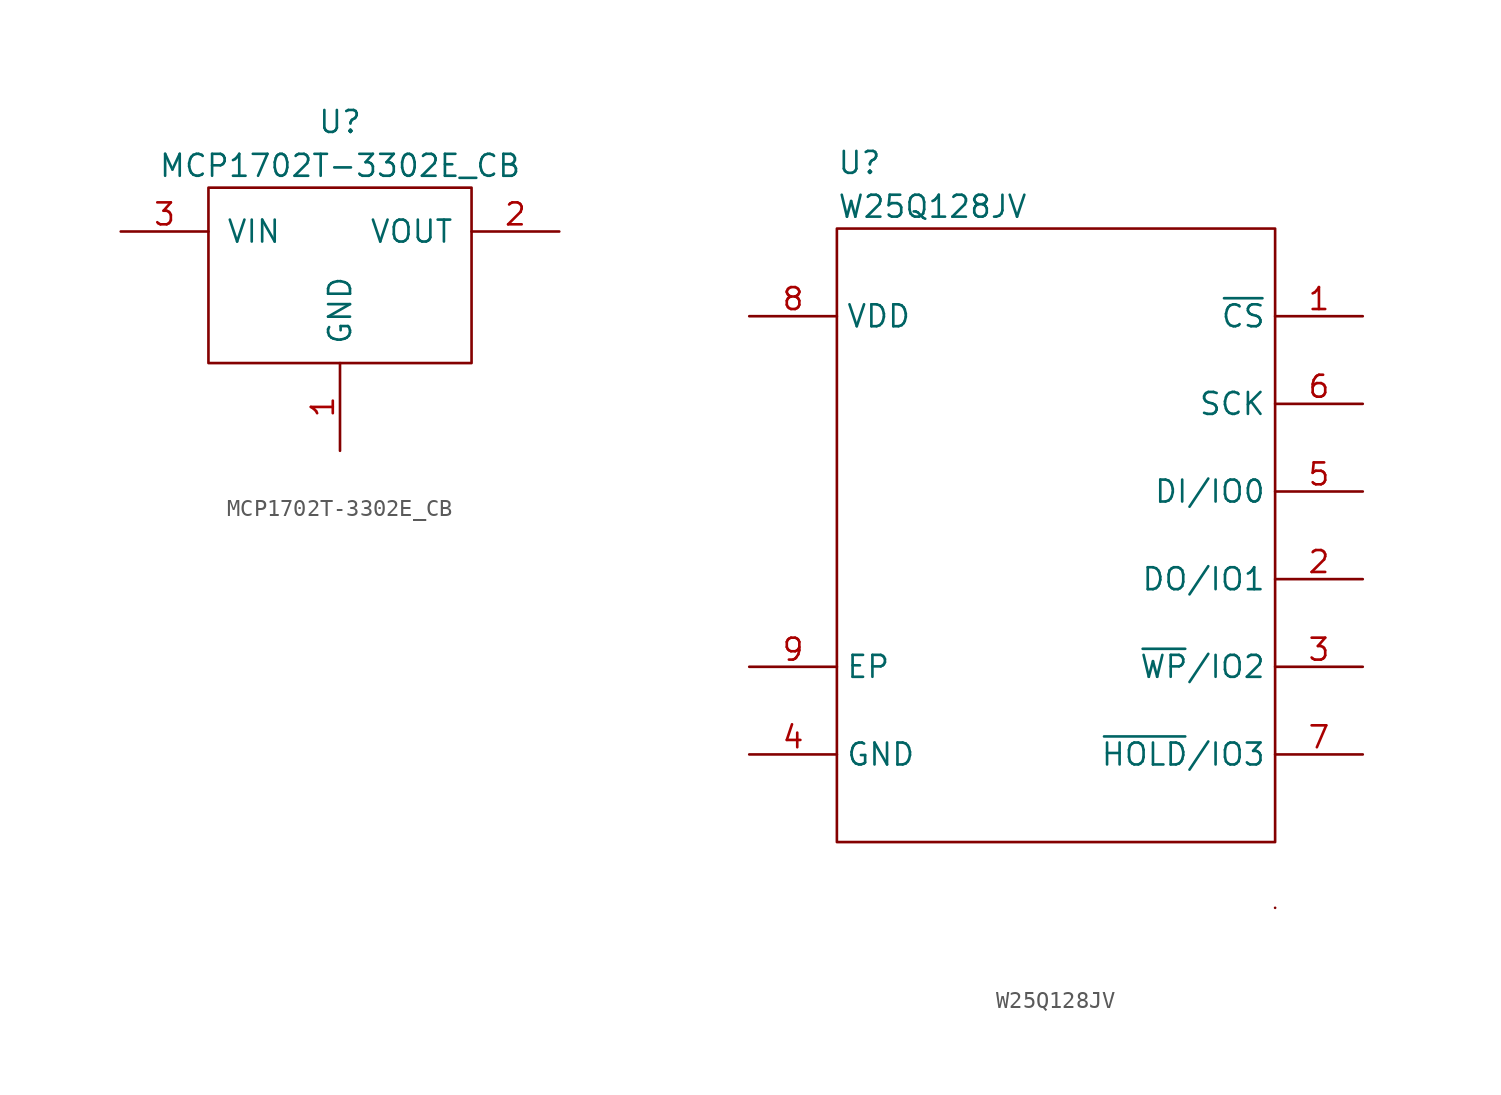
<source format=kicad_sym>
(kicad_symbol_lib
  (version 20211014)
  (generator kicad_symbol_editor)
  (symbol "MCP1702T-3302E_CB"
    (pin_names
      (offset 1.016))
    (property "Reference" "U"
      (at 0 8.89 0)
      (effects (font (size 1.27 1.27))))
    (property "Value" "MCP1702T-3302E_CB"
      (at 0 6.35 0)
      (effects (font (size 1.27 1.27))))
    (symbol "MCP1702T-3302E_CB_0_1"
      (rectangle (start 7.62 5.08) (end -7.62 -5.08) (stroke (width 0) (type default) (color 0 0 0 0)) (fill (type none))))
    (symbol "MCP1702T-3302E_CB_1_1"
      (pin input line (at 0 -10.16 90) (length 5.08) (name "GND" (effects (font (size 1.27 1.27)))) (number "1" (effects (font (size 1.27 1.27)))))
      (pin input line (at 12.7 2.54 180) (length 5.08) (name "VOUT" (effects (font (size 1.27 1.27)))) (number "2" (effects (font (size 1.27 1.27)))))
      (pin input line (at -12.7 2.54 0) (length 5.08) (name "VIN" (effects (font (size 1.27 1.27)))) (number "3" (effects (font (size 1.27 1.27)))))))
  (symbol "W25Q128JV"
    (property "Reference" "U"
      (at -12.7 21.59 0)
      (effects (font (size 1.27 1.27)) (justify left)))
    (property "Value" "W25Q128JV"
      (at -12.7 19.05 0)
      (effects (font (size 1.27 1.27)) (justify left)))
    (symbol "W25Q128JV_0_1"
      (rectangle (start -12.7 17.78) (end 12.7 -17.78) (stroke (width 0) (type default) (color 0 0 0 0)) (fill (type none)))
      (rectangle (start 12.7 -21.59) (end 12.7 -21.59) (stroke (width 0) (type default) (color 0 0 0 0)) (fill (type none))))
    (symbol "W25Q128JV_1_1"
      (pin input line (at 17.78 12.7 180) (length 5.08) (name "~{CS}" (effects (font (size 1.27 1.27)))) (number "1" (effects (font (size 1.27 1.27)))))
      (pin bidirectional line (at 17.78 -2.54 180) (length 5.08) (name "DO/IO1" (effects (font (size 1.27 1.27)))) (number "2" (effects (font (size 1.27 1.27)))))
      (pin bidirectional line (at 17.78 -7.62 180) (length 5.08) (name "~{WP}/IO2" (effects (font (size 1.27 1.27)))) (number "3" (effects (font (size 1.27 1.27)))))
      (pin power_in line (at -17.78 -12.7 0) (length 5.08) (name "GND" (effects (font (size 1.27 1.27)))) (number "4" (effects (font (size 1.27 1.27)))))
      (pin bidirectional line (at 17.78 2.54 180) (length 5.08) (name "DI/IO0" (effects (font (size 1.27 1.27)))) (number "5" (effects (font (size 1.27 1.27)))))
      (pin input line (at 17.78 7.62 180) (length 5.08) (name "SCK" (effects (font (size 1.27 1.27)))) (number "6" (effects (font (size 1.27 1.27)))))
      (pin bidirectional line (at 17.78 -12.7 180) (length 5.08) (name "~{HOLD}/IO3" (effects (font (size 1.27 1.27)))) (number "7" (effects (font (size 1.27 1.27)))))
      (pin power_in line (at -17.78 12.7 0) (length 5.08) (name "VDD" (effects (font (size 1.27 1.27)))) (number "8" (effects (font (size 1.27 1.27)))))
      (pin power_in line (at -17.78 -7.62 0) (length 5.08) (name "EP" (effects (font (size 1.27 1.27)))) (number "9" (effects (font (size 1.27 1.27))))))))
</source>
